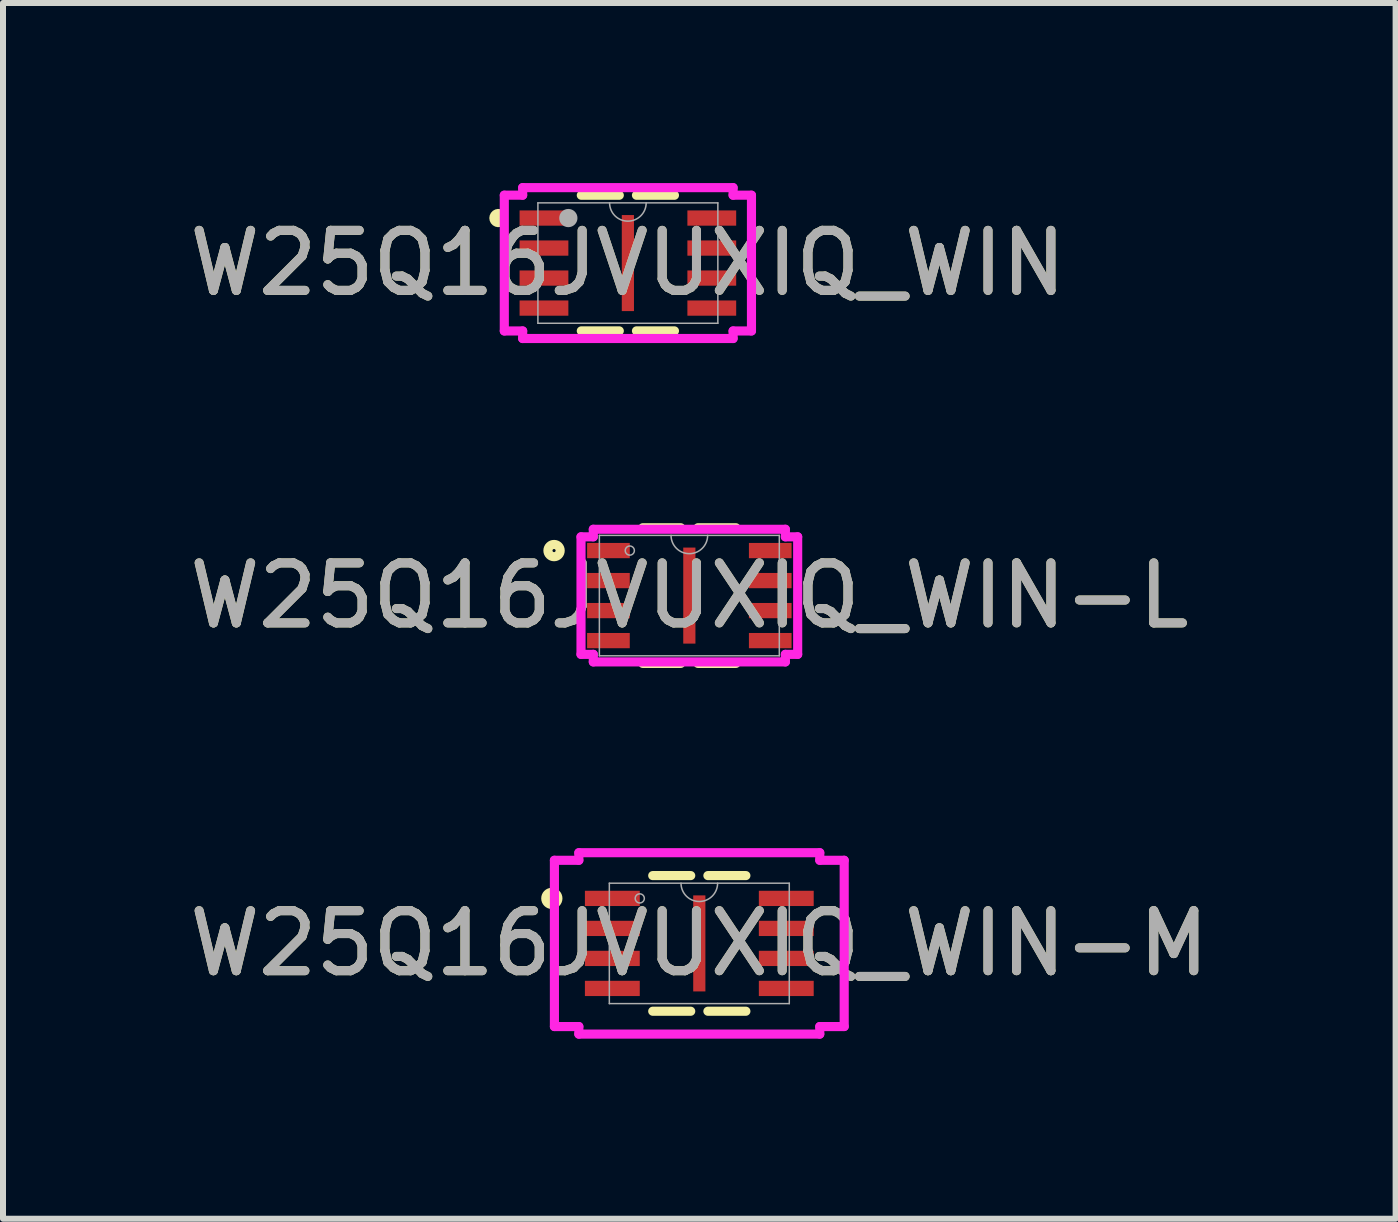
<source format=kicad_pcb>
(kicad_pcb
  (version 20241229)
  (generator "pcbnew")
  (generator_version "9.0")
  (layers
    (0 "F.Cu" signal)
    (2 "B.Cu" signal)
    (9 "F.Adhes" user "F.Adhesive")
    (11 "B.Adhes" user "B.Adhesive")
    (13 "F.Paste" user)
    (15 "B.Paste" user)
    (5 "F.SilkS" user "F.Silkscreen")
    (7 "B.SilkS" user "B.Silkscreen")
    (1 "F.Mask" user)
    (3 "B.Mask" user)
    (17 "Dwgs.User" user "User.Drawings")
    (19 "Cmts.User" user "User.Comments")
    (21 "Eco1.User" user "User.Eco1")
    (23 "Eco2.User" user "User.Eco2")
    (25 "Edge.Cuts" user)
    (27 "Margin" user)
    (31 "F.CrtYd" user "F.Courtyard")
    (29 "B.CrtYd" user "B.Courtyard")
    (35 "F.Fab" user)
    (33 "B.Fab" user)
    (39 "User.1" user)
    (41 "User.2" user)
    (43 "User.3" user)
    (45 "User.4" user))
  (footprint "W25Q16JVUXIQ_WIN-M"
    (layer "F.Cu")
    (at 8.601 12.668)
    (property "Reference" "W25Q16JVUXIQ_WIN-M" (at 0 0 0) (unlocked yes) (layer "F.SilkS") (effects (font (size 1 1) (thickness 0.15))))
    (attr smd)
    (fp_line (start -0.776 1.13) (end -0.143 1.13) (stroke (width 0.152) (type solid)) (layer "F.SilkS"))
    (fp_line (start -0.143 -1.13) (end -0.776 -1.13) (stroke (width 0.152) (type solid)) (layer "F.SilkS"))
    (fp_line (start 0.143 1.13) (end 0.776 1.13) (stroke (width 0.152) (type solid)) (layer "F.SilkS"))
    (fp_line (start 0.776 -1.13) (end 0.143 -1.13) (stroke (width 0.152) (type solid)) (layer "F.SilkS"))
    (fp_circle (center -2.457 -0.75) (end -2.356 -0.75) (stroke (width 0.152) (type solid)) (fill no) (layer "F.SilkS"))
    (fp_line (start -2.414 -1.385) (end -2.007 -1.385) (stroke (width 0.152) (type solid)) (layer "F.CrtYd"))
    (fp_line (start -2.414 1.385) (end -2.414 -1.385) (stroke (width 0.152) (type solid)) (layer "F.CrtYd"))
    (fp_line (start -2.414 1.385) (end -2.007 1.385) (stroke (width 0.152) (type solid)) (layer "F.CrtYd"))
    (fp_line (start -2.007 -1.511) (end 2.007 -1.511) (stroke (width 0.152) (type solid)) (layer "F.CrtYd"))
    (fp_line (start -2.007 -1.385) (end -2.007 -1.511) (stroke (width 0.152) (type solid)) (layer "F.CrtYd"))
    (fp_line (start -2.007 1.511) (end -2.007 1.385) (stroke (width 0.152) (type solid)) (layer "F.CrtYd"))
    (fp_line (start 2.007 -1.511) (end 2.007 -1.385) (stroke (width 0.152) (type solid)) (layer "F.CrtYd"))
    (fp_line (start 2.007 1.385) (end 2.007 1.511) (stroke (width 0.152) (type solid)) (layer "F.CrtYd"))
    (fp_line (start 2.007 1.511) (end -2.007 1.511) (stroke (width 0.152) (type solid)) (layer "F.CrtYd"))
    (fp_line (start 2.414 -1.385) (end 2.007 -1.385) (stroke (width 0.152) (type solid)) (layer "F.CrtYd"))
    (fp_line (start 2.414 -1.385) (end 2.414 1.385) (stroke (width 0.152) (type solid)) (layer "F.CrtYd"))
    (fp_line (start 2.414 1.385) (end 2.007 1.385) (stroke (width 0.152) (type solid)) (layer "F.CrtYd"))
    (fp_line (start -1.499 -1.003) (end -1.499 1.003) (stroke (width 0.025) (type solid)) (layer "F.Fab"))
    (fp_line (start -1.499 1.003) (end 1.499 1.003) (stroke (width 0.025) (type solid)) (layer "F.Fab"))
    (fp_line (start 1.499 -1.003) (end -1.499 -1.003) (stroke (width 0.025) (type solid)) (layer "F.Fab"))
    (fp_line (start 1.499 1.003) (end 1.499 -1.003) (stroke (width 0.025) (type solid)) (layer "F.Fab"))
    (fp_arc (start 0.3048 -1.0033) (mid 0 -0.6985) (end -0.3048 -1.0033) (stroke (width 0.0254) (type solid)) (layer "F.Fab"))
    (fp_circle (center -0.992 -0.75) (end -0.916 -0.75) (stroke (width 0.025) (type solid)) (fill no) (layer "F.Fab"))
    (fp_text user "${REFERENCE}" (at 0 0 0) (unlocked yes) (layer "F.Fab") (effects (font (size 1 1) (thickness 0.15))))
    (pad "1" smd rect (at -1.449 -0.75) (size 0.914 0.254) (layers "F.Cu" "F.Mask" "F.Paste"))
    (pad "2" smd rect (at -1.449 -0.25) (size 0.914 0.254) (layers "F.Cu" "F.Mask" "F.Paste"))
    (pad "3" smd rect (at -1.449 0.25) (size 0.914 0.254) (layers "F.Cu" "F.Mask" "F.Paste"))
    (pad "4" smd rect (at -1.449 0.75) (size 0.914 0.254) (layers "F.Cu" "F.Mask" "F.Paste"))
    (pad "5" smd rect (at 1.449 0.75) (size 0.914 0.254) (layers "F.Cu" "F.Mask" "F.Paste"))
    (pad "6" smd rect (at 1.449 0.25) (size 0.914 0.254) (layers "F.Cu" "F.Mask" "F.Paste"))
    (pad "7" smd rect (at 1.449 -0.25) (size 0.914 0.254) (layers "F.Cu" "F.Mask" "F.Paste"))
    (pad "8" smd rect (at 1.449 -0.75) (size 0.914 0.254) (layers "F.Cu" "F.Mask" "F.Paste"))
    (pad "9" smd rect (at 0 0) (size 0.203 1.6) (layers "F.Cu" "F.Mask" "F.Paste")))
  (footprint "W25Q16JVUXIQ_WIN"
    (layer "F.Cu")
    (at 7.411 1.333)
    (property "Reference" "W25Q16JVUXIQ_WIN" (at 0 0 0) (unlocked yes) (layer "F.SilkS") (effects (font (size 1 1) (thickness 0.15))))
    (attr smd)
    (fp_line (start -0.776 1.13) (end -0.143 1.13) (stroke (width 0.152) (type solid)) (layer "F.SilkS"))
    (fp_line (start -0.143 -1.13) (end -0.776 -1.13) (stroke (width 0.152) (type solid)) (layer "F.SilkS"))
    (fp_line (start 0.143 1.13) (end 0.776 1.13) (stroke (width 0.152) (type solid)) (layer "F.SilkS"))
    (fp_line (start 0.776 -1.13) (end 0.143 -1.13) (stroke (width 0.152) (type solid)) (layer "F.SilkS"))
    (fp_arc (start -2.13754 -0.676171) (mid -2.2326 -0.75) (end -2.13754 -0.823829) (stroke (width 0.1524) (type solid)) (layer "F.SilkS"))
    (fp_line (start -2.059 -1.131) (end -1.753 -1.131) (stroke (width 0.152) (type solid)) (layer "F.CrtYd"))
    (fp_line (start -2.059 1.131) (end -2.059 -1.131) (stroke (width 0.152) (type solid)) (layer "F.CrtYd"))
    (fp_line (start -2.059 1.131) (end -1.753 1.131) (stroke (width 0.152) (type solid)) (layer "F.CrtYd"))
    (fp_line (start -1.753 -1.257) (end 1.753 -1.257) (stroke (width 0.152) (type solid)) (layer "F.CrtYd"))
    (fp_line (start -1.753 -1.131) (end -1.753 -1.257) (stroke (width 0.152) (type solid)) (layer "F.CrtYd"))
    (fp_line (start -1.753 1.257) (end -1.753 1.131) (stroke (width 0.152) (type solid)) (layer "F.CrtYd"))
    (fp_line (start 1.753 -1.257) (end 1.753 -1.131) (stroke (width 0.152) (type solid)) (layer "F.CrtYd"))
    (fp_line (start 1.753 1.131) (end 1.753 1.257) (stroke (width 0.152) (type solid)) (layer "F.CrtYd"))
    (fp_line (start 1.753 1.257) (end -1.753 1.257) (stroke (width 0.152) (type solid)) (layer "F.CrtYd"))
    (fp_line (start 2.059 -1.131) (end 1.753 -1.131) (stroke (width 0.152) (type solid)) (layer "F.CrtYd"))
    (fp_line (start 2.059 -1.131) (end 2.059 1.131) (stroke (width 0.152) (type solid)) (layer "F.CrtYd"))
    (fp_line (start 2.059 1.131) (end 1.753 1.131) (stroke (width 0.152) (type solid)) (layer "F.CrtYd"))
    (fp_line (start -1.499 -1.003) (end -1.499 1.003) (stroke (width 0.025) (type solid)) (layer "F.Fab"))
    (fp_line (start -1.499 1.003) (end 1.499 1.003) (stroke (width 0.025) (type solid)) (layer "F.Fab"))
    (fp_line (start 1.499 -1.003) (end -1.499 -1.003) (stroke (width 0.025) (type solid)) (layer "F.Fab"))
    (fp_line (start 1.499 1.003) (end 1.499 -1.003) (stroke (width 0.025) (type solid)) (layer "F.Fab"))
    (fp_arc (start 0.3048 -1.0033) (mid 0 -0.6985) (end -0.3048 -1.0033) (stroke (width 0.0254) (type solid)) (layer "F.Fab"))
    (fp_circle (center -0.992 -0.75) (end -0.916 -0.75) (stroke (width 0.152) (type solid)) (fill no) (layer "F.Fab"))
    (fp_text user "${REFERENCE}" (at 0 0 0) (unlocked yes) (layer "F.Fab") (effects (font (size 1 1) (thickness 0.15))))
    (pad "1" smd rect (at -1.398 -0.75) (size 0.813 0.254) (layers "F.Cu" "F.Mask" "F.Paste"))
    (pad "2" smd rect (at -1.398 -0.25) (size 0.813 0.254) (layers "F.Cu" "F.Mask" "F.Paste"))
    (pad "3" smd rect (at -1.398 0.25) (size 0.813 0.254) (layers "F.Cu" "F.Mask" "F.Paste"))
    (pad "4" smd rect (at -1.398 0.75) (size 0.813 0.254) (layers "F.Cu" "F.Mask" "F.Paste"))
    (pad "5" smd rect (at 1.398 0.75) (size 0.813 0.254) (layers "F.Cu" "F.Mask" "F.Paste"))
    (pad "6" smd rect (at 1.398 0.25) (size 0.813 0.254) (layers "F.Cu" "F.Mask" "F.Paste"))
    (pad "7" smd rect (at 1.398 -0.25) (size 0.813 0.254) (layers "F.Cu" "F.Mask" "F.Paste"))
    (pad "8" smd rect (at 1.398 -0.75) (size 0.813 0.254) (layers "F.Cu" "F.Mask" "F.Paste"))
    (pad "9" smd rect (at 0 0) (size 0.203 1.6) (layers "F.Cu" "F.Mask" "F.Paste")))
  (footprint "W25Q16JVUXIQ_WIN-L"
    (layer "F.Cu")
    (at 8.435 6.873)
    (property "Reference" "W25Q16JVUXIQ_WIN-L" (at 0 0 0) (unlocked yes) (layer "F.SilkS") (effects (font (size 1 1) (thickness 0.15))))
    (attr smd)
    (fp_line (start -0.776 1.13) (end -0.143 1.13) (stroke (width 0.152) (type solid)) (layer "F.SilkS"))
    (fp_line (start -0.143 -1.13) (end -0.776 -1.13) (stroke (width 0.152) (type solid)) (layer "F.SilkS"))
    (fp_line (start 0.143 1.13) (end 0.776 1.13) (stroke (width 0.152) (type solid)) (layer "F.SilkS"))
    (fp_line (start 0.776 -1.13) (end 0.143 -1.13) (stroke (width 0.152) (type solid)) (layer "F.SilkS"))
    (fp_circle (center -2.254 -0.75) (end -2.152 -0.75) (stroke (width 0.152) (type solid)) (fill no) (layer "F.SilkS"))
    (fp_line (start -1.805 -0.979) (end -1.6 -0.979) (stroke (width 0.152) (type solid)) (layer "F.CrtYd"))
    (fp_line (start -1.805 0.979) (end -1.805 -0.979) (stroke (width 0.152) (type solid)) (layer "F.CrtYd"))
    (fp_line (start -1.805 0.979) (end -1.6 0.979) (stroke (width 0.152) (type solid)) (layer "F.CrtYd"))
    (fp_line (start -1.6 -1.105) (end 1.6 -1.105) (stroke (width 0.152) (type solid)) (layer "F.CrtYd"))
    (fp_line (start -1.6 -0.979) (end -1.6 -1.105) (stroke (width 0.152) (type solid)) (layer "F.CrtYd"))
    (fp_line (start -1.6 1.105) (end -1.6 0.979) (stroke (width 0.152) (type solid)) (layer "F.CrtYd"))
    (fp_line (start 1.6 -1.105) (end 1.6 -0.979) (stroke (width 0.152) (type solid)) (layer "F.CrtYd"))
    (fp_line (start 1.6 0.979) (end 1.6 1.105) (stroke (width 0.152) (type solid)) (layer "F.CrtYd"))
    (fp_line (start 1.6 1.105) (end -1.6 1.105) (stroke (width 0.152) (type solid)) (layer "F.CrtYd"))
    (fp_line (start 1.805 -0.979) (end 1.6 -0.979) (stroke (width 0.152) (type solid)) (layer "F.CrtYd"))
    (fp_line (start 1.805 -0.979) (end 1.805 0.979) (stroke (width 0.152) (type solid)) (layer "F.CrtYd"))
    (fp_line (start 1.805 0.979) (end 1.6 0.979) (stroke (width 0.152) (type solid)) (layer "F.CrtYd"))
    (fp_line (start -1.499 -1.003) (end -1.499 1.003) (stroke (width 0.025) (type solid)) (layer "F.Fab"))
    (fp_line (start -1.499 1.003) (end 1.499 1.003) (stroke (width 0.025) (type solid)) (layer "F.Fab"))
    (fp_line (start 1.499 -1.003) (end -1.499 -1.003) (stroke (width 0.025) (type solid)) (layer "F.Fab"))
    (fp_line (start 1.499 1.003) (end 1.499 -1.003) (stroke (width 0.025) (type solid)) (layer "F.Fab"))
    (fp_arc (start 0.3048 -1.0033) (mid 0 -0.6985) (end -0.3048 -1.0033) (stroke (width 0.0254) (type solid)) (layer "F.Fab"))
    (fp_circle (center -0.992 -0.75) (end -0.916 -0.75) (stroke (width 0.025) (type solid)) (fill no) (layer "F.Fab"))
    (fp_text user "${REFERENCE}" (at 0 0 0) (unlocked yes) (layer "F.Fab") (effects (font (size 1 1) (thickness 0.15))))
    (pad "1" smd rect (at -1.348 -0.75) (size 0.711 0.254) (layers "F.Cu" "F.Mask" "F.Paste"))
    (pad "2" smd rect (at -1.348 -0.25) (size 0.711 0.254) (layers "F.Cu" "F.Mask" "F.Paste"))
    (pad "3" smd rect (at -1.348 0.25) (size 0.711 0.254) (layers "F.Cu" "F.Mask" "F.Paste"))
    (pad "4" smd rect (at -1.348 0.75) (size 0.711 0.254) (layers "F.Cu" "F.Mask" "F.Paste"))
    (pad "5" smd rect (at 1.348 0.75) (size 0.711 0.254) (layers "F.Cu" "F.Mask" "F.Paste"))
    (pad "6" smd rect (at 1.348 0.25) (size 0.711 0.254) (layers "F.Cu" "F.Mask" "F.Paste"))
    (pad "7" smd rect (at 1.348 -0.25) (size 0.711 0.254) (layers "F.Cu" "F.Mask" "F.Paste"))
    (pad "8" smd rect (at 1.348 -0.75) (size 0.711 0.254) (layers "F.Cu" "F.Mask" "F.Paste"))
    (pad "9" smd rect (at 0 0) (size 0.203 1.6) (layers "F.Cu" "F.Mask" "F.Paste")))
  (gr_rect
    (start -3 -3)
    (end 20.202 17.255)
    (stroke (width 0.1) (type default))
    (fill no)
    (layer "Edge.Cuts")))
</source>
